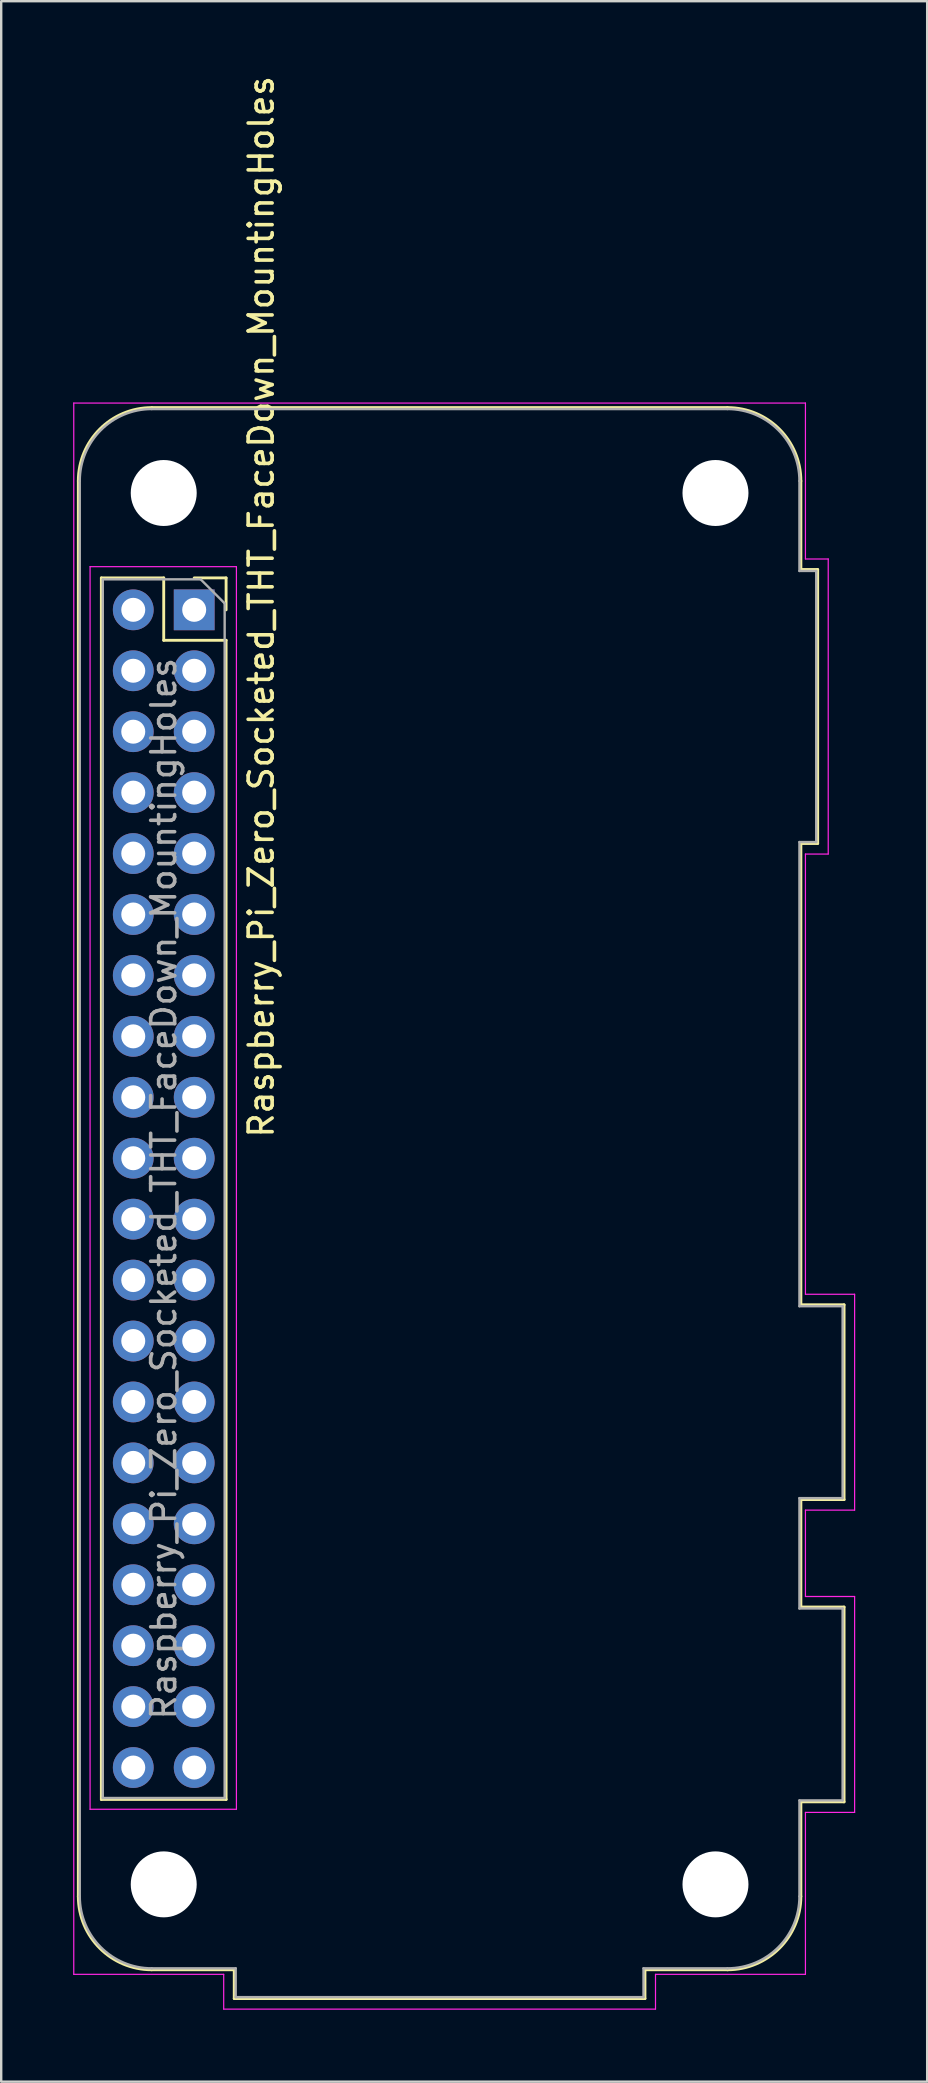
<source format=kicad_pcb>
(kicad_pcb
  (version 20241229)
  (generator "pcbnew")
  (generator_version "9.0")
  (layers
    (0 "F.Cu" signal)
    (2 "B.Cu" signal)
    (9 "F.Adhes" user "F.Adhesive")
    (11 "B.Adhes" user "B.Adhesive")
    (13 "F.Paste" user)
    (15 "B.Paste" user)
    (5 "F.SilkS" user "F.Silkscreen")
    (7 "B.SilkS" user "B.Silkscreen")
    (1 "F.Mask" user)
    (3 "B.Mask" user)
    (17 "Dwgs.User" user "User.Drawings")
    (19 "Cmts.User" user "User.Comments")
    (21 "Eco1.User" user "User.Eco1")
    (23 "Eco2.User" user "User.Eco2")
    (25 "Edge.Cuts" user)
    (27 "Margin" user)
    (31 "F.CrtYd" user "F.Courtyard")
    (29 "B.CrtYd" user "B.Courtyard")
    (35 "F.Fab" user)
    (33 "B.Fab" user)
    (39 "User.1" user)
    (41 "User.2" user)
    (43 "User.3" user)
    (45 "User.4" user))
  (footprint "Raspberry_Pi_Zero_Socketed_THT_FaceDown_MountingHoles"
    (layer "F.Cu")
    (at 5.045 22.371)
    (property "Reference" "Raspberry_Pi_Zero_Socketed_THT_FaceDown_MountingHoles" (at 2.794 -0.127 90) (layer "F.SilkS") (effects (font (size 1 1) (thickness 0.15))))
    (attr through_hole)
    (fp_line (start -4.83 53.63) (end -4.83 -5.37) (stroke (width 0.12) (type solid)) (layer "F.SilkS"))
    (fp_line (start -3.87 -1.33) (end -3.87 49.59) (stroke (width 0.12) (type solid)) (layer "F.SilkS"))
    (fp_line (start -3.87 -1.33) (end -1.27 -1.33) (stroke (width 0.12) (type solid)) (layer "F.SilkS"))
    (fp_line (start -3.87 49.59) (end 1.33 49.59) (stroke (width 0.12) (type solid)) (layer "F.SilkS"))
    (fp_line (start -1.77 -8.43) (end 22.23 -8.43) (stroke (width 0.12) (type solid)) (layer "F.SilkS"))
    (fp_line (start -1.27 -1.33) (end -1.27 1.27) (stroke (width 0.12) (type solid)) (layer "F.SilkS"))
    (fp_line (start -1.27 1.27) (end 1.33 1.27) (stroke (width 0.12) (type solid)) (layer "F.SilkS"))
    (fp_line (start 0 -1.33) (end 1.33 -1.33) (stroke (width 0.12) (type solid)) (layer "F.SilkS"))
    (fp_line (start 1.33 -1.33) (end 1.33 0) (stroke (width 0.12) (type solid)) (layer "F.SilkS"))
    (fp_line (start 1.33 1.27) (end 1.33 49.59) (stroke (width 0.12) (type solid)) (layer "F.SilkS"))
    (fp_line (start 1.67 56.69) (end -1.77 56.69) (stroke (width 0.12) (type solid)) (layer "F.SilkS"))
    (fp_line (start 1.67 56.69) (end 1.67 57.89) (stroke (width 0.12) (type solid)) (layer "F.SilkS"))
    (fp_line (start 1.67 57.89) (end 18.79 57.89) (stroke (width 0.12) (type solid)) (layer "F.SilkS"))
    (fp_line (start 18.79 56.69) (end 22.23 56.69) (stroke (width 0.12) (type solid)) (layer "F.SilkS"))
    (fp_line (start 18.79 57.89) (end 18.79 56.69) (stroke (width 0.12) (type solid)) (layer "F.SilkS"))
    (fp_line (start 25.29 -1.68) (end 25.29 -5.37) (stroke (width 0.12) (type solid)) (layer "F.SilkS"))
    (fp_line (start 25.29 9.74) (end 25.99 9.74) (stroke (width 0.12) (type solid)) (layer "F.SilkS"))
    (fp_line (start 25.29 28.97) (end 25.29 9.74) (stroke (width 0.12) (type solid)) (layer "F.SilkS"))
    (fp_line (start 25.29 37.09) (end 27.09 37.09) (stroke (width 0.12) (type solid)) (layer "F.SilkS"))
    (fp_line (start 25.29 41.57) (end 25.29 37.09) (stroke (width 0.12) (type solid)) (layer "F.SilkS"))
    (fp_line (start 25.29 49.69) (end 27.09 49.69) (stroke (width 0.12) (type solid)) (layer "F.SilkS"))
    (fp_line (start 25.29 53.63) (end 25.29 49.69) (stroke (width 0.12) (type solid)) (layer "F.SilkS"))
    (fp_line (start 25.99 -1.68) (end 25.29 -1.68) (stroke (width 0.12) (type solid)) (layer "F.SilkS"))
    (fp_line (start 25.99 9.74) (end 25.99 -1.68) (stroke (width 0.12) (type solid)) (layer "F.SilkS"))
    (fp_line (start 27.09 28.97) (end 25.29 28.97) (stroke (width 0.12) (type solid)) (layer "F.SilkS"))
    (fp_line (start 27.09 37.09) (end 27.09 28.97) (stroke (width 0.12) (type solid)) (layer "F.SilkS"))
    (fp_line (start 27.09 41.57) (end 25.29 41.57) (stroke (width 0.12) (type solid)) (layer "F.SilkS"))
    (fp_line (start 27.09 49.69) (end 27.09 41.57) (stroke (width 0.12) (type solid)) (layer "F.SilkS"))
    (fp_arc (start -4.83 -5.37) (mid -3.933747 -7.533747) (end -1.77 -8.43) (stroke (width 0.12) (type solid)) (layer "F.SilkS"))
    (fp_arc (start -1.77 56.69) (mid -3.933747 55.793747) (end -4.83 53.63) (stroke (width 0.12) (type solid)) (layer "F.SilkS"))
    (fp_arc (start 22.23 -8.43) (mid 24.393747 -7.533747) (end 25.29 -5.37) (stroke (width 0.12) (type solid)) (layer "F.SilkS"))
    (fp_arc (start 25.29 53.63) (mid 24.393747 55.793747) (end 22.23 56.69) (stroke (width 0.12) (type solid)) (layer "F.SilkS"))
    (fp_line (start -5.02 -8.62) (end 25.48 -8.62) (stroke (width 0.05) (type solid)) (layer "F.CrtYd"))
    (fp_line (start -5.02 56.88) (end -5.02 -8.62) (stroke (width 0.05) (type solid)) (layer "F.CrtYd"))
    (fp_line (start -5.02 56.88) (end 1.23 56.88) (stroke (width 0.05) (type solid)) (layer "F.CrtYd"))
    (fp_line (start -4.34 -1.8) (end 1.76 -1.8) (stroke (width 0.05) (type solid)) (layer "F.CrtYd"))
    (fp_line (start -4.34 50) (end -4.34 -1.8) (stroke (width 0.05) (type solid)) (layer "F.CrtYd"))
    (fp_line (start 1.23 58.33) (end 1.23 56.88) (stroke (width 0.05) (type solid)) (layer "F.CrtYd"))
    (fp_line (start 1.76 -1.8) (end 1.76 50) (stroke (width 0.05) (type solid)) (layer "F.CrtYd"))
    (fp_line (start 1.76 50) (end -4.34 50) (stroke (width 0.05) (type solid)) (layer "F.CrtYd"))
    (fp_line (start 19.23 56.88) (end 25.48 56.88) (stroke (width 0.05) (type solid)) (layer "F.CrtYd"))
    (fp_line (start 19.23 58.33) (end 1.23 58.33) (stroke (width 0.05) (type solid)) (layer "F.CrtYd"))
    (fp_line (start 19.23 58.33) (end 19.23 56.88) (stroke (width 0.05) (type solid)) (layer "F.CrtYd"))
    (fp_line (start 25.48 -2.12) (end 25.48 -8.62) (stroke (width 0.05) (type solid)) (layer "F.CrtYd"))
    (fp_line (start 25.48 28.53) (end 25.48 10.18) (stroke (width 0.05) (type solid)) (layer "F.CrtYd"))
    (fp_line (start 25.48 37.53) (end 25.48 41.13) (stroke (width 0.05) (type solid)) (layer "F.CrtYd"))
    (fp_line (start 25.48 50.13) (end 25.48 56.88) (stroke (width 0.05) (type solid)) (layer "F.CrtYd"))
    (fp_line (start 26.43 -2.12) (end 25.48 -2.12) (stroke (width 0.05) (type solid)) (layer "F.CrtYd"))
    (fp_line (start 26.43 -2.12) (end 26.43 10.18) (stroke (width 0.05) (type solid)) (layer "F.CrtYd"))
    (fp_line (start 26.43 10.18) (end 25.48 10.18) (stroke (width 0.05) (type solid)) (layer "F.CrtYd"))
    (fp_line (start 27.53 28.53) (end 25.48 28.53) (stroke (width 0.05) (type solid)) (layer "F.CrtYd"))
    (fp_line (start 27.53 37.53) (end 25.48 37.53) (stroke (width 0.05) (type solid)) (layer "F.CrtYd"))
    (fp_line (start 27.53 37.53) (end 27.53 28.53) (stroke (width 0.05) (type solid)) (layer "F.CrtYd"))
    (fp_line (start 27.53 41.13) (end 25.48 41.13) (stroke (width 0.05) (type solid)) (layer "F.CrtYd"))
    (fp_line (start 27.53 50.13) (end 25.48 50.13) (stroke (width 0.05) (type solid)) (layer "F.CrtYd"))
    (fp_line (start 27.53 50.13) (end 27.53 41.13) (stroke (width 0.05) (type solid)) (layer "F.CrtYd"))
    (fp_line (start -4.77 53.63) (end -4.77 -5.37) (stroke (width 0.1) (type solid)) (layer "F.Fab"))
    (fp_line (start -3.81 -1.27) (end 0.27 -1.27) (stroke (width 0.1) (type solid)) (layer "F.Fab"))
    (fp_line (start -3.81 49.53) (end -3.81 -1.27) (stroke (width 0.1) (type solid)) (layer "F.Fab"))
    (fp_line (start -1.77 -8.37) (end 22.23 -8.37) (stroke (width 0.1) (type solid)) (layer "F.Fab"))
    (fp_line (start -1.77 56.63) (end 1.73 56.63) (stroke (width 0.1) (type solid)) (layer "F.Fab"))
    (fp_line (start 0.27 -1.27) (end 1.27 -0.27) (stroke (width 0.1) (type solid)) (layer "F.Fab"))
    (fp_line (start 1.27 -0.27) (end 1.27 49.53) (stroke (width 0.1) (type solid)) (layer "F.Fab"))
    (fp_line (start 1.27 49.53) (end -3.81 49.53) (stroke (width 0.1) (type solid)) (layer "F.Fab"))
    (fp_line (start 1.73 56.63) (end 1.73 57.83) (stroke (width 0.1) (type solid)) (layer "F.Fab"))
    (fp_line (start 1.73 57.83) (end 18.73 57.83) (stroke (width 0.1) (type solid)) (layer "F.Fab"))
    (fp_line (start 18.73 56.63) (end 18.73 57.83) (stroke (width 0.1) (type solid)) (layer "F.Fab"))
    (fp_line (start 22.23 56.63) (end 18.73 56.63) (stroke (width 0.1) (type solid)) (layer "F.Fab"))
    (fp_line (start 25.23 -1.62) (end 25.23 -5.37) (stroke (width 0.1) (type solid)) (layer "F.Fab"))
    (fp_line (start 25.23 -1.62) (end 25.93 -1.62) (stroke (width 0.1) (type solid)) (layer "F.Fab"))
    (fp_line (start 25.23 9.68) (end 25.93 9.68) (stroke (width 0.1) (type solid)) (layer "F.Fab"))
    (fp_line (start 25.23 29.03) (end 25.23 9.68) (stroke (width 0.1) (type solid)) (layer "F.Fab"))
    (fp_line (start 25.23 37.03) (end 27.03 37.03) (stroke (width 0.1) (type solid)) (layer "F.Fab"))
    (fp_line (start 25.23 41.63) (end 25.23 37.03) (stroke (width 0.1) (type solid)) (layer "F.Fab"))
    (fp_line (start 25.23 49.63) (end 25.23 53.63) (stroke (width 0.1) (type solid)) (layer "F.Fab"))
    (fp_line (start 25.23 49.63) (end 27.03 49.63) (stroke (width 0.1) (type solid)) (layer "F.Fab"))
    (fp_line (start 25.93 9.68) (end 25.93 -1.62) (stroke (width 0.1) (type solid)) (layer "F.Fab"))
    (fp_line (start 27.03 29.03) (end 25.23 29.03) (stroke (width 0.1) (type solid)) (layer "F.Fab"))
    (fp_line (start 27.03 37.03) (end 27.03 29.03) (stroke (width 0.1) (type solid)) (layer "F.Fab"))
    (fp_line (start 27.03 41.63) (end 25.23 41.63) (stroke (width 0.1) (type solid)) (layer "F.Fab"))
    (fp_line (start 27.03 49.63) (end 27.03 41.63) (stroke (width 0.1) (type solid)) (layer "F.Fab"))
    (fp_arc (start -4.77 -5.37) (mid -3.89132 -7.49132) (end -1.77 -8.37) (stroke (width 0.1) (type solid)) (layer "F.Fab"))
    (fp_arc (start -1.77 56.63) (mid -3.89132 55.75132) (end -4.77 53.63) (stroke (width 0.1) (type solid)) (layer "F.Fab"))
    (fp_arc (start 22.23 -8.37) (mid 24.35132 -7.49132) (end 25.23 -5.37) (stroke (width 0.1) (type solid)) (layer "F.Fab"))
    (fp_arc (start 25.23 53.63) (mid 24.35132 55.75132) (end 22.23 56.63) (stroke (width 0.1) (type solid)) (layer "F.Fab"))
    (fp_text user "${REFERENCE}" (at -1.27 24.13 90) (layer "F.Fab") (effects (font (size 1 1) (thickness 0.15))))
    (pad "" np_thru_hole circle (at -1.27 -4.87 90) (size 2.75 2.75) (drill 2.75) (layers "*.Cu" "*.Mask"))
    (pad "" np_thru_hole circle (at -1.27 53.13 90) (size 2.75 2.75) (drill 2.75) (layers "*.Cu" "*.Mask"))
    (pad "" np_thru_hole circle (at 21.73 -4.87 90) (size 2.75 2.75) (drill 2.75) (layers "*.Cu" "*.Mask"))
    (pad "" np_thru_hole circle (at 21.73 53.13 90) (size 2.75 2.75) (drill 2.75) (layers "*.Cu" "*.Mask"))
    (pad "1" thru_hole rect (at 0 0) (size 1.7 1.7) (drill 1) (layers "*.Cu" "*.Mask"))
    (pad "2" thru_hole oval (at -2.54 0) (size 1.7 1.7) (drill 1) (layers "*.Cu" "*.Mask"))
    (pad "3" thru_hole oval (at 0 2.54) (size 1.7 1.7) (drill 1) (layers "*.Cu" "*.Mask"))
    (pad "4" thru_hole oval (at -2.54 2.54) (size 1.7 1.7) (drill 1) (layers "*.Cu" "*.Mask"))
    (pad "5" thru_hole oval (at 0 5.08) (size 1.7 1.7) (drill 1) (layers "*.Cu" "*.Mask"))
    (pad "6" thru_hole oval (at -2.54 5.08) (size 1.7 1.7) (drill 1) (layers "*.Cu" "*.Mask"))
    (pad "7" thru_hole oval (at 0 7.62) (size 1.7 1.7) (drill 1) (layers "*.Cu" "*.Mask"))
    (pad "8" thru_hole oval (at -2.54 7.62) (size 1.7 1.7) (drill 1) (layers "*.Cu" "*.Mask"))
    (pad "9" thru_hole oval (at 0 10.16) (size 1.7 1.7) (drill 1) (layers "*.Cu" "*.Mask"))
    (pad "10" thru_hole oval (at -2.54 10.16) (size 1.7 1.7) (drill 1) (layers "*.Cu" "*.Mask"))
    (pad "11" thru_hole oval (at 0 12.7) (size 1.7 1.7) (drill 1) (layers "*.Cu" "*.Mask"))
    (pad "12" thru_hole oval (at -2.54 12.7) (size 1.7 1.7) (drill 1) (layers "*.Cu" "*.Mask"))
    (pad "13" thru_hole oval (at 0 15.24) (size 1.7 1.7) (drill 1) (layers "*.Cu" "*.Mask"))
    (pad "14" thru_hole oval (at -2.54 15.24) (size 1.7 1.7) (drill 1) (layers "*.Cu" "*.Mask"))
    (pad "15" thru_hole oval (at 0 17.78) (size 1.7 1.7) (drill 1) (layers "*.Cu" "*.Mask"))
    (pad "16" thru_hole oval (at -2.54 17.78) (size 1.7 1.7) (drill 1) (layers "*.Cu" "*.Mask"))
    (pad "17" thru_hole oval (at 0 20.32) (size 1.7 1.7) (drill 1) (layers "*.Cu" "*.Mask"))
    (pad "18" thru_hole oval (at -2.54 20.32) (size 1.7 1.7) (drill 1) (layers "*.Cu" "*.Mask"))
    (pad "19" thru_hole oval (at 0 22.86) (size 1.7 1.7) (drill 1) (layers "*.Cu" "*.Mask"))
    (pad "20" thru_hole oval (at -2.54 22.86) (size 1.7 1.7) (drill 1) (layers "*.Cu" "*.Mask"))
    (pad "21" thru_hole oval (at 0 25.4) (size 1.7 1.7) (drill 1) (layers "*.Cu" "*.Mask"))
    (pad "22" thru_hole oval (at -2.54 25.4) (size 1.7 1.7) (drill 1) (layers "*.Cu" "*.Mask"))
    (pad "23" thru_hole oval (at 0 27.94) (size 1.7 1.7) (drill 1) (layers "*.Cu" "*.Mask"))
    (pad "24" thru_hole oval (at -2.54 27.94) (size 1.7 1.7) (drill 1) (layers "*.Cu" "*.Mask"))
    (pad "25" thru_hole oval (at 0 30.48) (size 1.7 1.7) (drill 1) (layers "*.Cu" "*.Mask"))
    (pad "26" thru_hole oval (at -2.54 30.48) (size 1.7 1.7) (drill 1) (layers "*.Cu" "*.Mask"))
    (pad "27" thru_hole oval (at 0 33.02) (size 1.7 1.7) (drill 1) (layers "*.Cu" "*.Mask"))
    (pad "28" thru_hole oval (at -2.54 33.02) (size 1.7 1.7) (drill 1) (layers "*.Cu" "*.Mask"))
    (pad "29" thru_hole oval (at 0 35.56) (size 1.7 1.7) (drill 1) (layers "*.Cu" "*.Mask"))
    (pad "30" thru_hole oval (at -2.54 35.56) (size 1.7 1.7) (drill 1) (layers "*.Cu" "*.Mask"))
    (pad "31" thru_hole oval (at 0 38.1) (size 1.7 1.7) (drill 1) (layers "*.Cu" "*.Mask"))
    (pad "32" thru_hole oval (at -2.54 38.1) (size 1.7 1.7) (drill 1) (layers "*.Cu" "*.Mask"))
    (pad "33" thru_hole oval (at 0 40.64) (size 1.7 1.7) (drill 1) (layers "*.Cu" "*.Mask"))
    (pad "34" thru_hole oval (at -2.54 40.64) (size 1.7 1.7) (drill 1) (layers "*.Cu" "*.Mask"))
    (pad "35" thru_hole oval (at 0 43.18) (size 1.7 1.7) (drill 1) (layers "*.Cu" "*.Mask"))
    (pad "36" thru_hole oval (at -2.54 43.18) (size 1.7 1.7) (drill 1) (layers "*.Cu" "*.Mask"))
    (pad "37" thru_hole oval (at 0 45.72) (size 1.7 1.7) (drill 1) (layers "*.Cu" "*.Mask"))
    (pad "38" thru_hole oval (at -2.54 45.72) (size 1.7 1.7) (drill 1) (layers "*.Cu" "*.Mask"))
    (pad "39" thru_hole oval (at 0 48.26) (size 1.7 1.7) (drill 1) (layers "*.Cu" "*.Mask"))
    (pad "40" thru_hole oval (at -2.54 48.26) (size 1.7 1.7) (drill 1) (layers "*.Cu" "*.Mask")))
  (gr_rect
    (start -3 -3)
    (end 35.6 83.726)
    (stroke (width 0.1) (type default))
    (fill no)
    (layer "Edge.Cuts")))
</source>
